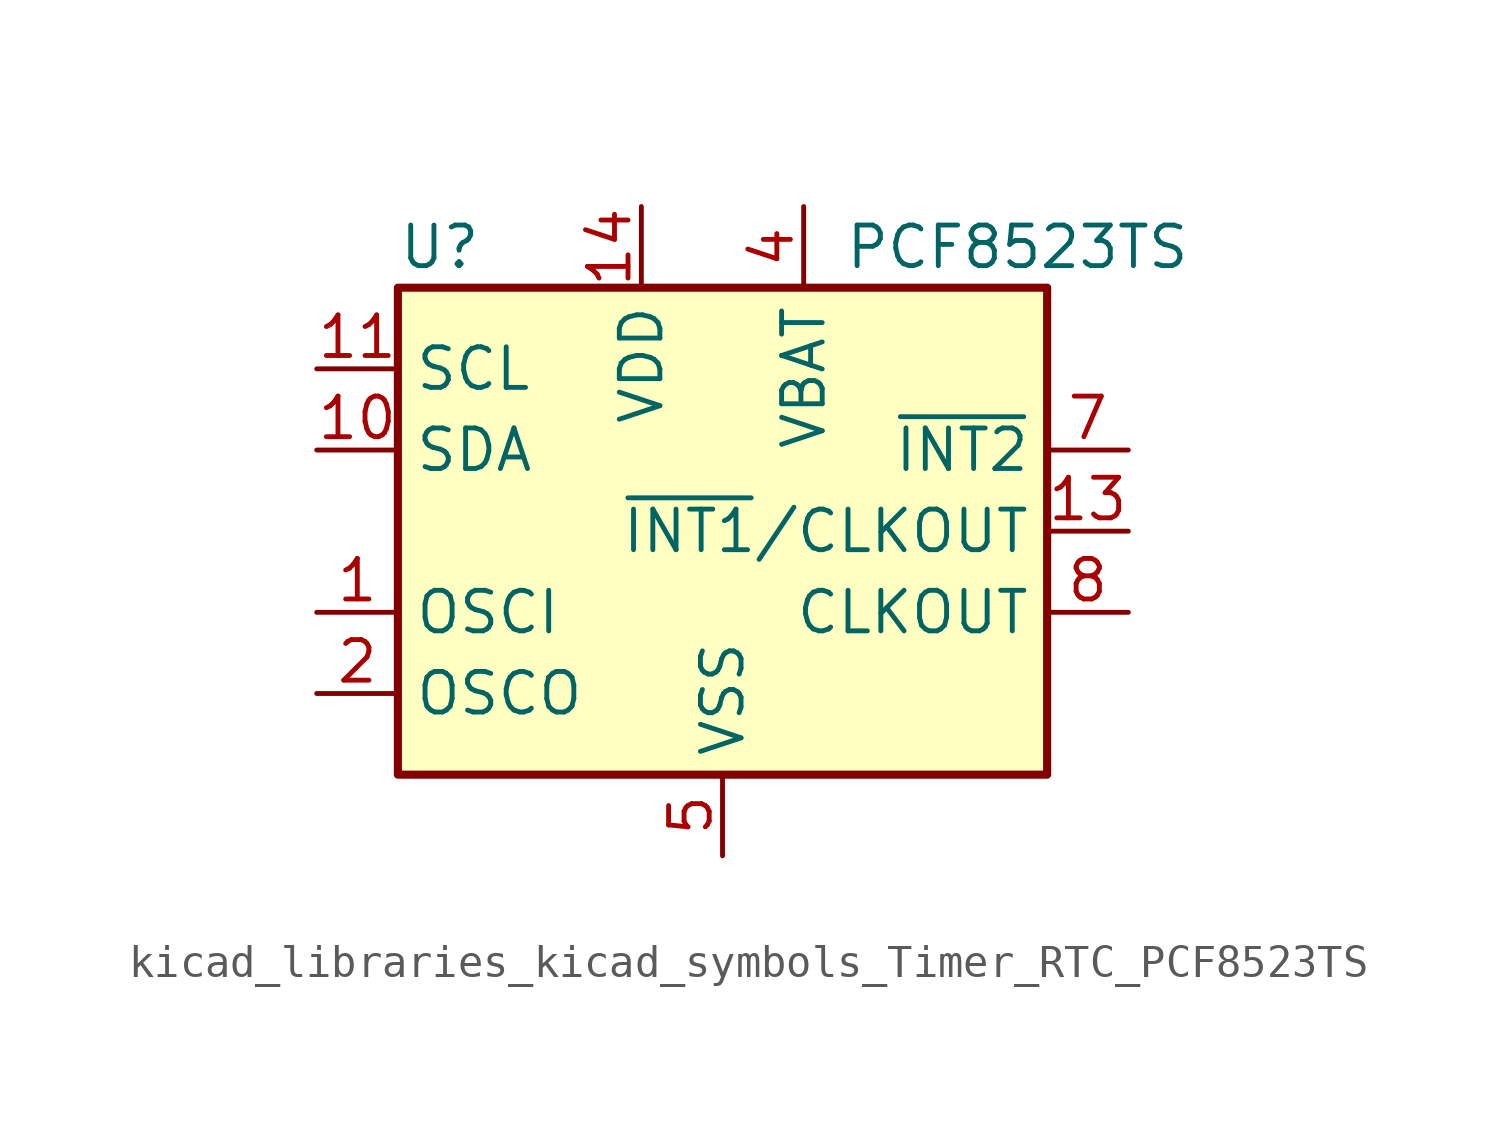
<source format=kicad_sym>
(kicad_symbol_lib
  (version 20220914)
  (generator kicad_symbol_editor)
  (symbol "kicad_libraries_kicad_symbols_Timer_RTC_PCF8523TS"
    (property "Reference" "U"
      (at -10.16 8.89 0)
      (effects (font (size 1.27 1.27)) (justify left)))
    (property "Value" "PCF8523TS"
      (at 3.81 8.89 0)
      (effects (font (size 1.27 1.27)) (justify left)))
    (symbol "kicad_libraries_kicad_symbols_Timer_RTC_PCF8523TS_0_1"
      (rectangle (start -10.16 7.62) (end 10.16 -7.62) (stroke (width 0.254) (type default)) (fill (type background))))
    (symbol "kicad_libraries_kicad_symbols_Timer_RTC_PCF8523TS_1_1"
      (pin input line (at -12.7 -2.54 0) (length 2.54) (name "OSCI" (effects (font (size 1.27 1.27)))) (number "1" (effects (font (size 1.27 1.27)))))
      (pin bidirectional line (at -12.7 2.54 0) (length 2.54) (name "SDA" (effects (font (size 1.27 1.27)))) (number "10" (effects (font (size 1.27 1.27)))))
      (pin input line (at -12.7 5.08 0) (length 2.54) (name "SCL" (effects (font (size 1.27 1.27)))) (number "11" (effects (font (size 1.27 1.27)))))
      (pin no_connect line (at 5.08 -7.62 90) (length 2.54) hide (name "NC" (effects (font (size 1.27 1.27)))) (number "12" (effects (font (size 1.27 1.27)))))
      (pin output line (at 12.7 0 180) (length 2.54) (name "~{INT1}/CLKOUT" (effects (font (size 1.27 1.27)))) (number "13" (effects (font (size 1.27 1.27)))))
      (pin power_in line (at -2.54 10.16 270) (length 2.54) (name "VDD" (effects (font (size 1.27 1.27)))) (number "14" (effects (font (size 1.27 1.27)))))
      (pin output line (at -12.7 -5.08 0) (length 2.54) (name "OSCO" (effects (font (size 1.27 1.27)))) (number "2" (effects (font (size 1.27 1.27)))))
      (pin no_connect line (at -5.08 -7.62 90) (length 2.54) hide (name "NC" (effects (font (size 1.27 1.27)))) (number "3" (effects (font (size 1.27 1.27)))))
      (pin power_in line (at 2.54 10.16 270) (length 2.54) (name "VBAT" (effects (font (size 1.27 1.27)))) (number "4" (effects (font (size 1.27 1.27)))))
      (pin power_in line (at 0 -10.16 90) (length 2.54) (name "VSS" (effects (font (size 1.27 1.27)))) (number "5" (effects (font (size 1.27 1.27)))))
      (pin no_connect line (at -2.54 -7.62 90) (length 2.54) hide (name "NC" (effects (font (size 1.27 1.27)))) (number "6" (effects (font (size 1.27 1.27)))))
      (pin open_collector line (at 12.7 2.54 180) (length 2.54) (name "~{INT2}" (effects (font (size 1.27 1.27)))) (number "7" (effects (font (size 1.27 1.27)))))
      (pin open_collector line (at 12.7 -2.54 180) (length 2.54) (name "CLKOUT" (effects (font (size 1.27 1.27)))) (number "8" (effects (font (size 1.27 1.27)))))
      (pin no_connect line (at 2.54 -7.62 90) (length 2.54) hide (name "NC" (effects (font (size 1.27 1.27)))) (number "9" (effects (font (size 1.27 1.27))))))))
</source>
